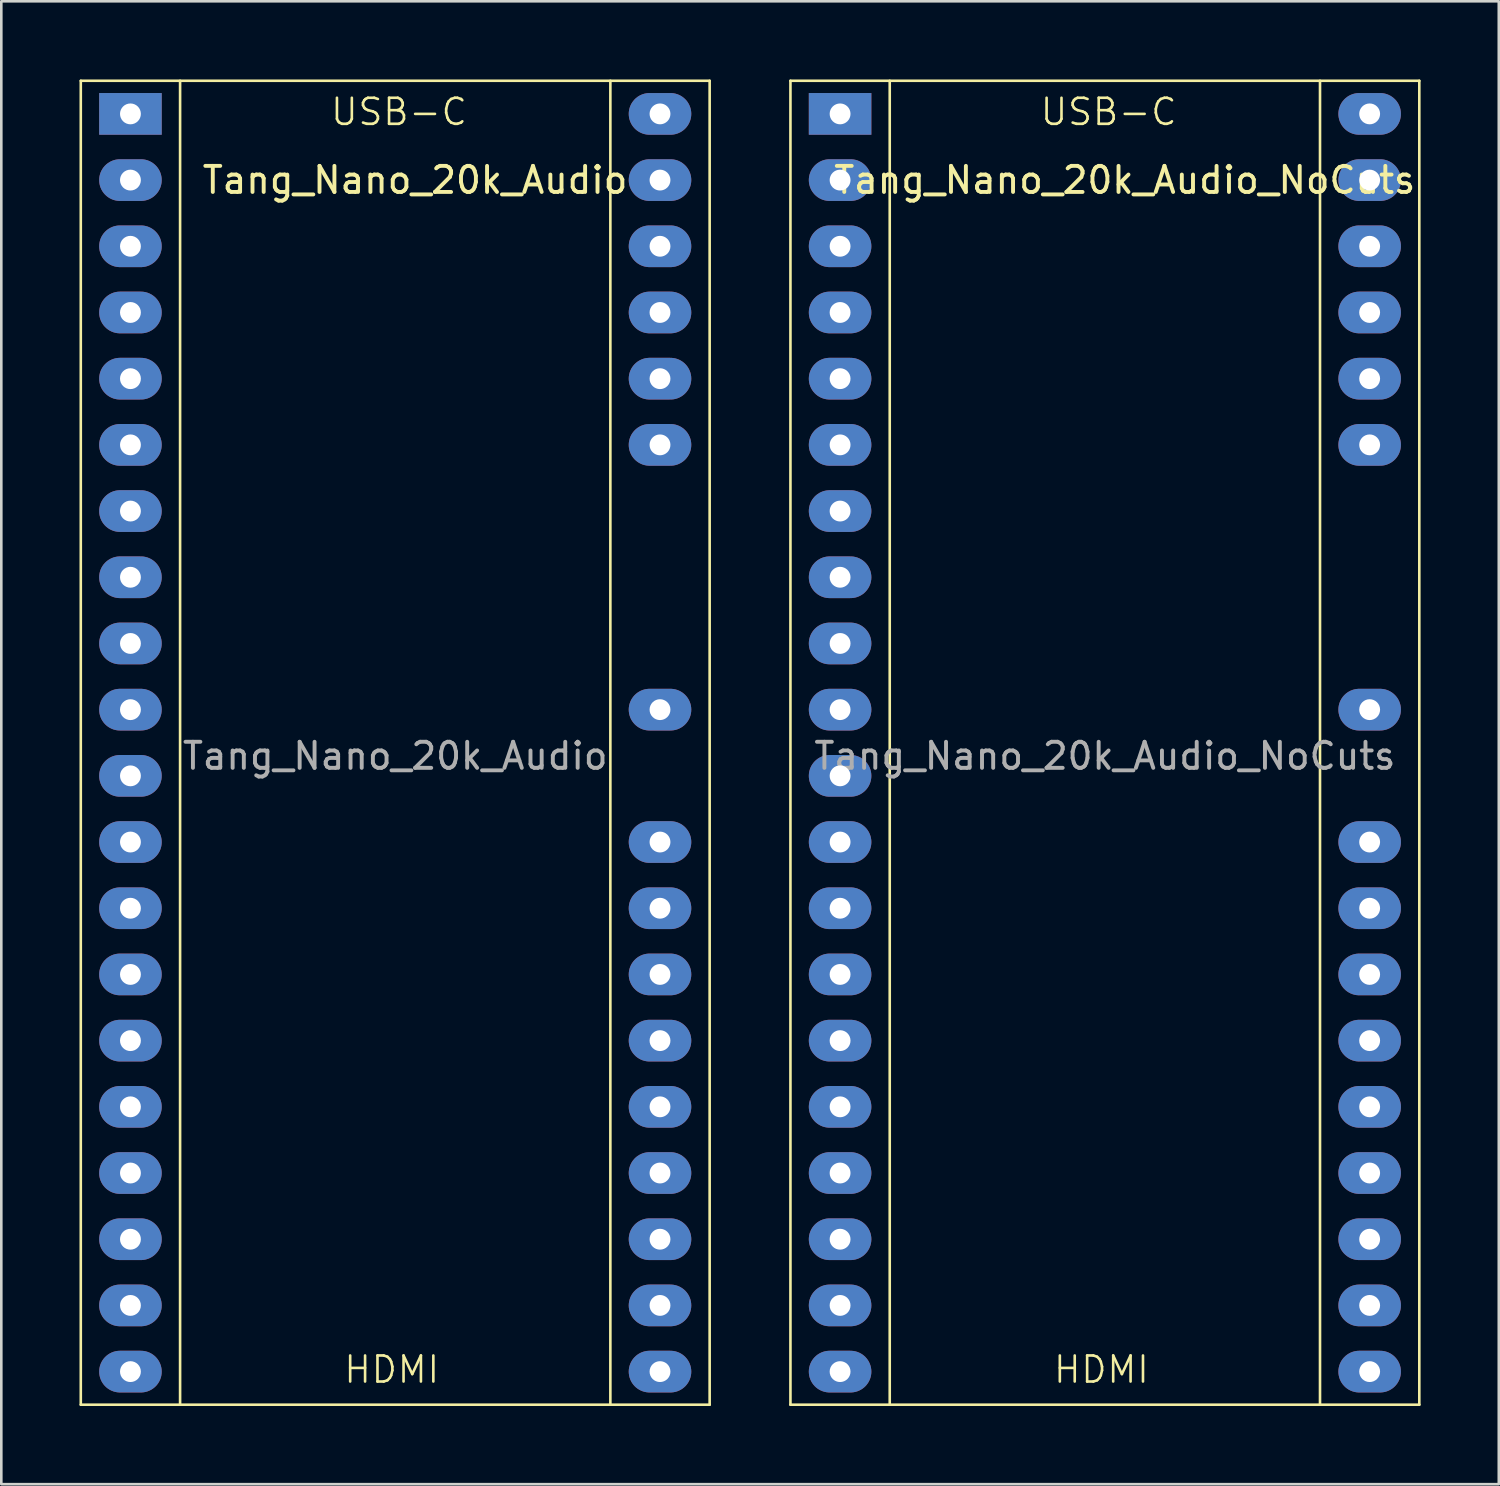
<source format=kicad_pcb>
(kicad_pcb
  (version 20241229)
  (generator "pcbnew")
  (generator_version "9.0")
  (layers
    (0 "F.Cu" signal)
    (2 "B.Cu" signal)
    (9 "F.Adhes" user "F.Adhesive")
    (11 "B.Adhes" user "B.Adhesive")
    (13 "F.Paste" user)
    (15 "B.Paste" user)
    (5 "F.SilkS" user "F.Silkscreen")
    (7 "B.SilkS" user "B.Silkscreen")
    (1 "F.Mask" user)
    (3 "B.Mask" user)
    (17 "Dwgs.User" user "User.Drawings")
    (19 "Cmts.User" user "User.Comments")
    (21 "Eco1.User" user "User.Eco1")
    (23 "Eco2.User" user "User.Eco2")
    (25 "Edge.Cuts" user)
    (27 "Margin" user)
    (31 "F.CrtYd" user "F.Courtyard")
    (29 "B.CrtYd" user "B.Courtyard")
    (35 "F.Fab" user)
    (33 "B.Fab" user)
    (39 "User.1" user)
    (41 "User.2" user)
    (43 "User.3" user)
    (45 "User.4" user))
  (footprint "Tang_Nano_20k_Audio"
    (layer "F.Cu")
    (at 1.955 1.32)
    (property "Reference" "Tang_Nano_20k_Audio" (at 10.922 2.54 0) (layer "F.SilkS") (effects (font (size 1 1) (thickness 0.15))))
    (attr through_hole)
    (fp_line (start -1.905 -1.27) (end -1.905 49.53) (stroke (width 0.1) (type default)) (layer "F.SilkS"))
    (fp_line (start -1.905 49.53) (end 22.225 49.53) (stroke (width 0.1) (type default)) (layer "F.SilkS"))
    (fp_line (start 1.905 -1.27) (end 1.905 49.53) (stroke (width 0.1) (type default)) (layer "F.SilkS"))
    (fp_line (start 18.415 -1.27) (end 18.415 49.53) (stroke (width 0.1) (type default)) (layer "F.SilkS"))
    (fp_line (start 22.225 -1.27) (end -1.905 -1.27) (stroke (width 0.1) (type default)) (layer "F.SilkS"))
    (fp_line (start 22.225 49.53) (end 22.225 -1.27) (stroke (width 0.1) (type default)) (layer "F.SilkS"))
    (fp_text user "HDMI" (at 8.128 48.768 0) (unlocked yes) (layer "F.SilkS") (effects (font (size 1 1) (thickness 0.1)) (justify left bottom)))
    (fp_text user "USB-C" (at 7.62 0.508 0) (unlocked yes) (layer "F.SilkS") (effects (font (size 1 1) (thickness 0.1)) (justify left bottom)))
    (fp_text user "${REFERENCE}" (at 10.16 24.638 0) (layer "F.Fab") (effects (font (size 1 1) (thickness 0.15))))
    (pad "1" thru_hole rect (at 0 0) (size 2.4 1.6) (drill 0.8) (layers "*.Cu" "*.Mask"))
    (pad "2" thru_hole oval (at 0 2.54) (size 2.4 1.6) (drill 0.8) (layers "*.Cu" "*.Mask"))
    (pad "3" thru_hole oval (at 0 5.08) (size 2.4 1.6) (drill 0.8) (layers "*.Cu" "*.Mask"))
    (pad "4" thru_hole oval (at 0 7.62) (size 2.4 1.6) (drill 0.8) (layers "*.Cu" "*.Mask"))
    (pad "5" thru_hole oval (at 0 10.16) (size 2.4 1.6) (drill 0.8) (layers "*.Cu" "*.Mask"))
    (pad "6" thru_hole oval (at 0 12.7) (size 2.4 1.6) (drill 0.8) (layers "*.Cu" "*.Mask"))
    (pad "7" thru_hole oval (at 0 15.24) (size 2.4 1.6) (drill 0.8) (layers "*.Cu" "*.Mask"))
    (pad "8" thru_hole oval (at 0 17.78) (size 2.4 1.6) (drill 0.8) (layers "*.Cu" "*.Mask"))
    (pad "9" thru_hole oval (at 0 20.32) (size 2.4 1.6) (drill 0.8) (layers "*.Cu" "*.Mask"))
    (pad "10" thru_hole oval (at 0 22.86) (size 2.4 1.6) (drill 0.8) (layers "*.Cu" "*.Mask"))
    (pad "11" thru_hole oval (at 0 25.4) (size 2.4 1.6) (drill 0.8) (layers "*.Cu" "*.Mask"))
    (pad "12" thru_hole oval (at 0 27.94) (size 2.4 1.6) (drill 0.8) (layers "*.Cu" "*.Mask"))
    (pad "13" thru_hole oval (at 0 30.48) (size 2.4 1.6) (drill 0.8) (layers "*.Cu" "*.Mask"))
    (pad "14" thru_hole oval (at 0 33.02) (size 2.4 1.6) (drill 0.8) (layers "*.Cu" "*.Mask"))
    (pad "15" thru_hole oval (at 0 35.56) (size 2.4 1.6) (drill 0.8) (layers "*.Cu" "*.Mask"))
    (pad "16" thru_hole oval (at 0 38.1) (size 2.4 1.6) (drill 0.8) (layers "*.Cu" "*.Mask"))
    (pad "17" thru_hole oval (at 0 40.64) (size 2.4 1.6) (drill 0.8) (layers "*.Cu" "*.Mask"))
    (pad "18" thru_hole oval (at 0 43.18) (size 2.4 1.6) (drill 0.8) (layers "*.Cu" "*.Mask"))
    (pad "19" thru_hole oval (at 0 45.72) (size 2.4 1.6) (drill 0.8) (layers "*.Cu" "*.Mask"))
    (pad "20" thru_hole oval (at 0 48.26) (size 2.4 1.6) (drill 0.8) (layers "*.Cu" "*.Mask"))
    (pad "21" thru_hole oval (at 20.32 48.26) (size 2.4 1.6) (drill 0.8) (layers "*.Cu" "*.Mask"))
    (pad "22" thru_hole oval (at 20.32 45.72) (size 2.4 1.6) (drill 0.8) (layers "*.Cu" "*.Mask"))
    (pad "23" thru_hole oval (at 20.32 43.18) (size 2.4 1.6) (drill 0.8) (layers "*.Cu" "*.Mask"))
    (pad "24" thru_hole oval (at 20.32 40.64) (size 2.4 1.6) (drill 0.8) (layers "*.Cu" "*.Mask"))
    (pad "25" thru_hole oval (at 20.32 38.1) (size 2.4 1.6) (drill 0.8) (layers "*.Cu" "*.Mask"))
    (pad "26" thru_hole oval (at 20.32 35.56) (size 2.4 1.6) (drill 0.8) (layers "*.Cu" "*.Mask"))
    (pad "27" thru_hole oval (at 20.32 33.02) (size 2.4 1.6) (drill 0.8) (layers "*.Cu" "*.Mask"))
    (pad "28" thru_hole oval (at 20.32 30.48) (size 2.4 1.6) (drill 0.8) (layers "*.Cu" "*.Mask"))
    (pad "29" thru_hole oval (at 20.32 27.94) (size 2.4 1.6) (drill 0.8) (layers "*.Cu" "*.Mask"))
    (pad "31" thru_hole oval (at 20.32 22.86) (size 2.4 1.6) (drill 0.8) (layers "*.Cu" "*.Mask"))
    (pad "35" thru_hole oval (at 20.32 12.7) (size 2.4 1.6) (drill 0.8) (layers "*.Cu" "*.Mask"))
    (pad "36" thru_hole oval (at 20.32 10.16) (size 2.4 1.6) (drill 0.8) (layers "*.Cu" "*.Mask"))
    (pad "37" thru_hole oval (at 20.32 7.62) (size 2.4 1.6) (drill 0.8) (layers "*.Cu" "*.Mask"))
    (pad "38" thru_hole oval (at 20.32 5.08) (size 2.4 1.6) (drill 0.8) (layers "*.Cu" "*.Mask"))
    (pad "39" thru_hole oval (at 20.32 2.54) (size 2.4 1.6) (drill 0.8) (layers "*.Cu" "*.Mask"))
    (pad "40" thru_hole oval (at 20.32 0) (size 2.4 1.6) (drill 0.8) (layers "*.Cu" "*.Mask")))
  (footprint "Tang_Nano_20k_Audio_NoCuts"
    (layer "F.Cu")
    (at 29.185 1.32)
    (property "Reference" "Tang_Nano_20k_Audio_NoCuts" (at 10.922 2.54 0) (layer "F.SilkS") (effects (font (size 1 1) (thickness 0.15))))
    (attr through_hole)
    (fp_line (start -1.905 -1.27) (end -1.905 49.53) (stroke (width 0.1) (type default)) (layer "F.SilkS"))
    (fp_line (start -1.905 49.53) (end 22.225 49.53) (stroke (width 0.1) (type default)) (layer "F.SilkS"))
    (fp_line (start 1.905 -1.27) (end 1.905 49.53) (stroke (width 0.1) (type default)) (layer "F.SilkS"))
    (fp_line (start 18.415 -1.27) (end 18.415 49.53) (stroke (width 0.1) (type default)) (layer "F.SilkS"))
    (fp_line (start 22.225 -1.27) (end -1.905 -1.27) (stroke (width 0.1) (type default)) (layer "F.SilkS"))
    (fp_line (start 22.225 49.53) (end 22.225 -1.27) (stroke (width 0.1) (type default)) (layer "F.SilkS"))
    (fp_text user "HDMI" (at 8.128 48.768 0) (unlocked yes) (layer "F.SilkS") (effects (font (size 1 1) (thickness 0.1)) (justify left bottom)))
    (fp_text user "USB-C" (at 7.62 0.508 0) (unlocked yes) (layer "F.SilkS") (effects (font (size 1 1) (thickness 0.1)) (justify left bottom)))
    (fp_text user "${REFERENCE}" (at 10.16 24.638 0) (layer "F.Fab") (effects (font (size 1 1) (thickness 0.15))))
    (pad "1" thru_hole rect (at 0 0) (size 2.4 1.6) (drill 0.8) (layers "*.Cu" "*.Mask"))
    (pad "2" thru_hole oval (at 0 2.54) (size 2.4 1.6) (drill 0.8) (layers "*.Cu" "*.Mask"))
    (pad "3" thru_hole oval (at 0 5.08) (size 2.4 1.6) (drill 0.8) (layers "*.Cu" "*.Mask"))
    (pad "4" thru_hole oval (at 0 7.62) (size 2.4 1.6) (drill 0.8) (layers "*.Cu" "*.Mask"))
    (pad "5" thru_hole oval (at 0 10.16) (size 2.4 1.6) (drill 0.8) (layers "*.Cu" "*.Mask"))
    (pad "6" thru_hole oval (at 0 12.7) (size 2.4 1.6) (drill 0.8) (layers "*.Cu" "*.Mask"))
    (pad "7" thru_hole oval (at 0 15.24) (size 2.4 1.6) (drill 0.8) (layers "*.Cu" "*.Mask"))
    (pad "8" thru_hole oval (at 0 17.78) (size 2.4 1.6) (drill 0.8) (layers "*.Cu" "*.Mask"))
    (pad "9" thru_hole oval (at 0 20.32) (size 2.4 1.6) (drill 0.8) (layers "*.Cu" "*.Mask"))
    (pad "10" thru_hole oval (at 0 22.86) (size 2.4 1.6) (drill 0.8) (layers "*.Cu" "*.Mask"))
    (pad "11" thru_hole oval (at 0 25.4) (size 2.4 1.6) (drill 0.8) (layers "*.Cu" "*.Mask"))
    (pad "12" thru_hole oval (at 0 27.94) (size 2.4 1.6) (drill 0.8) (layers "*.Cu" "*.Mask"))
    (pad "13" thru_hole oval (at 0 30.48) (size 2.4 1.6) (drill 0.8) (layers "*.Cu" "*.Mask"))
    (pad "14" thru_hole oval (at 0 33.02) (size 2.4 1.6) (drill 0.8) (layers "*.Cu" "*.Mask"))
    (pad "15" thru_hole oval (at 0 35.56) (size 2.4 1.6) (drill 0.8) (layers "*.Cu" "*.Mask"))
    (pad "16" thru_hole oval (at 0 38.1) (size 2.4 1.6) (drill 0.8) (layers "*.Cu" "*.Mask"))
    (pad "17" thru_hole oval (at 0 40.64) (size 2.4 1.6) (drill 0.8) (layers "*.Cu" "*.Mask"))
    (pad "18" thru_hole oval (at 0 43.18) (size 2.4 1.6) (drill 0.8) (layers "*.Cu" "*.Mask"))
    (pad "19" thru_hole oval (at 0 45.72) (size 2.4 1.6) (drill 0.8) (layers "*.Cu" "*.Mask"))
    (pad "20" thru_hole oval (at 0 48.26) (size 2.4 1.6) (drill 0.8) (layers "*.Cu" "*.Mask"))
    (pad "21" thru_hole oval (at 20.32 48.26) (size 2.4 1.6) (drill 0.8) (layers "*.Cu" "*.Mask"))
    (pad "22" thru_hole oval (at 20.32 45.72) (size 2.4 1.6) (drill 0.8) (layers "*.Cu" "*.Mask"))
    (pad "23" thru_hole oval (at 20.32 43.18) (size 2.4 1.6) (drill 0.8) (layers "*.Cu" "*.Mask"))
    (pad "24" thru_hole oval (at 20.32 40.64) (size 2.4 1.6) (drill 0.8) (layers "*.Cu" "*.Mask"))
    (pad "25" thru_hole oval (at 20.32 38.1) (size 2.4 1.6) (drill 0.8) (layers "*.Cu" "*.Mask"))
    (pad "26" thru_hole oval (at 20.32 35.56) (size 2.4 1.6) (drill 0.8) (layers "*.Cu" "*.Mask"))
    (pad "27" thru_hole oval (at 20.32 33.02) (size 2.4 1.6) (drill 0.8) (layers "*.Cu" "*.Mask"))
    (pad "28" thru_hole oval (at 20.32 30.48) (size 2.4 1.6) (drill 0.8) (layers "*.Cu" "*.Mask"))
    (pad "29" thru_hole oval (at 20.32 27.94) (size 2.4 1.6) (drill 0.8) (layers "*.Cu" "*.Mask"))
    (pad "31" thru_hole oval (at 20.32 22.86) (size 2.4 1.6) (drill 0.8) (layers "*.Cu" "*.Mask"))
    (pad "35" thru_hole oval (at 20.32 12.7) (size 2.4 1.6) (drill 0.8) (layers "*.Cu" "*.Mask"))
    (pad "36" thru_hole oval (at 20.32 10.16) (size 2.4 1.6) (drill 0.8) (layers "*.Cu" "*.Mask"))
    (pad "37" thru_hole oval (at 20.32 7.62) (size 2.4 1.6) (drill 0.8) (layers "*.Cu" "*.Mask"))
    (pad "38" thru_hole oval (at 20.32 5.08) (size 2.4 1.6) (drill 0.8) (layers "*.Cu" "*.Mask"))
    (pad "39" thru_hole oval (at 20.32 2.54) (size 2.4 1.6) (drill 0.8) (layers "*.Cu" "*.Mask"))
    (pad "40" thru_hole oval (at 20.32 0) (size 2.4 1.6) (drill 0.8) (layers "*.Cu" "*.Mask")))
  (gr_rect
    (start -3 -3)
    (end 54.46 53.9)
    (stroke (width 0.1) (type default))
    (fill no)
    (layer "Edge.Cuts")))
</source>
